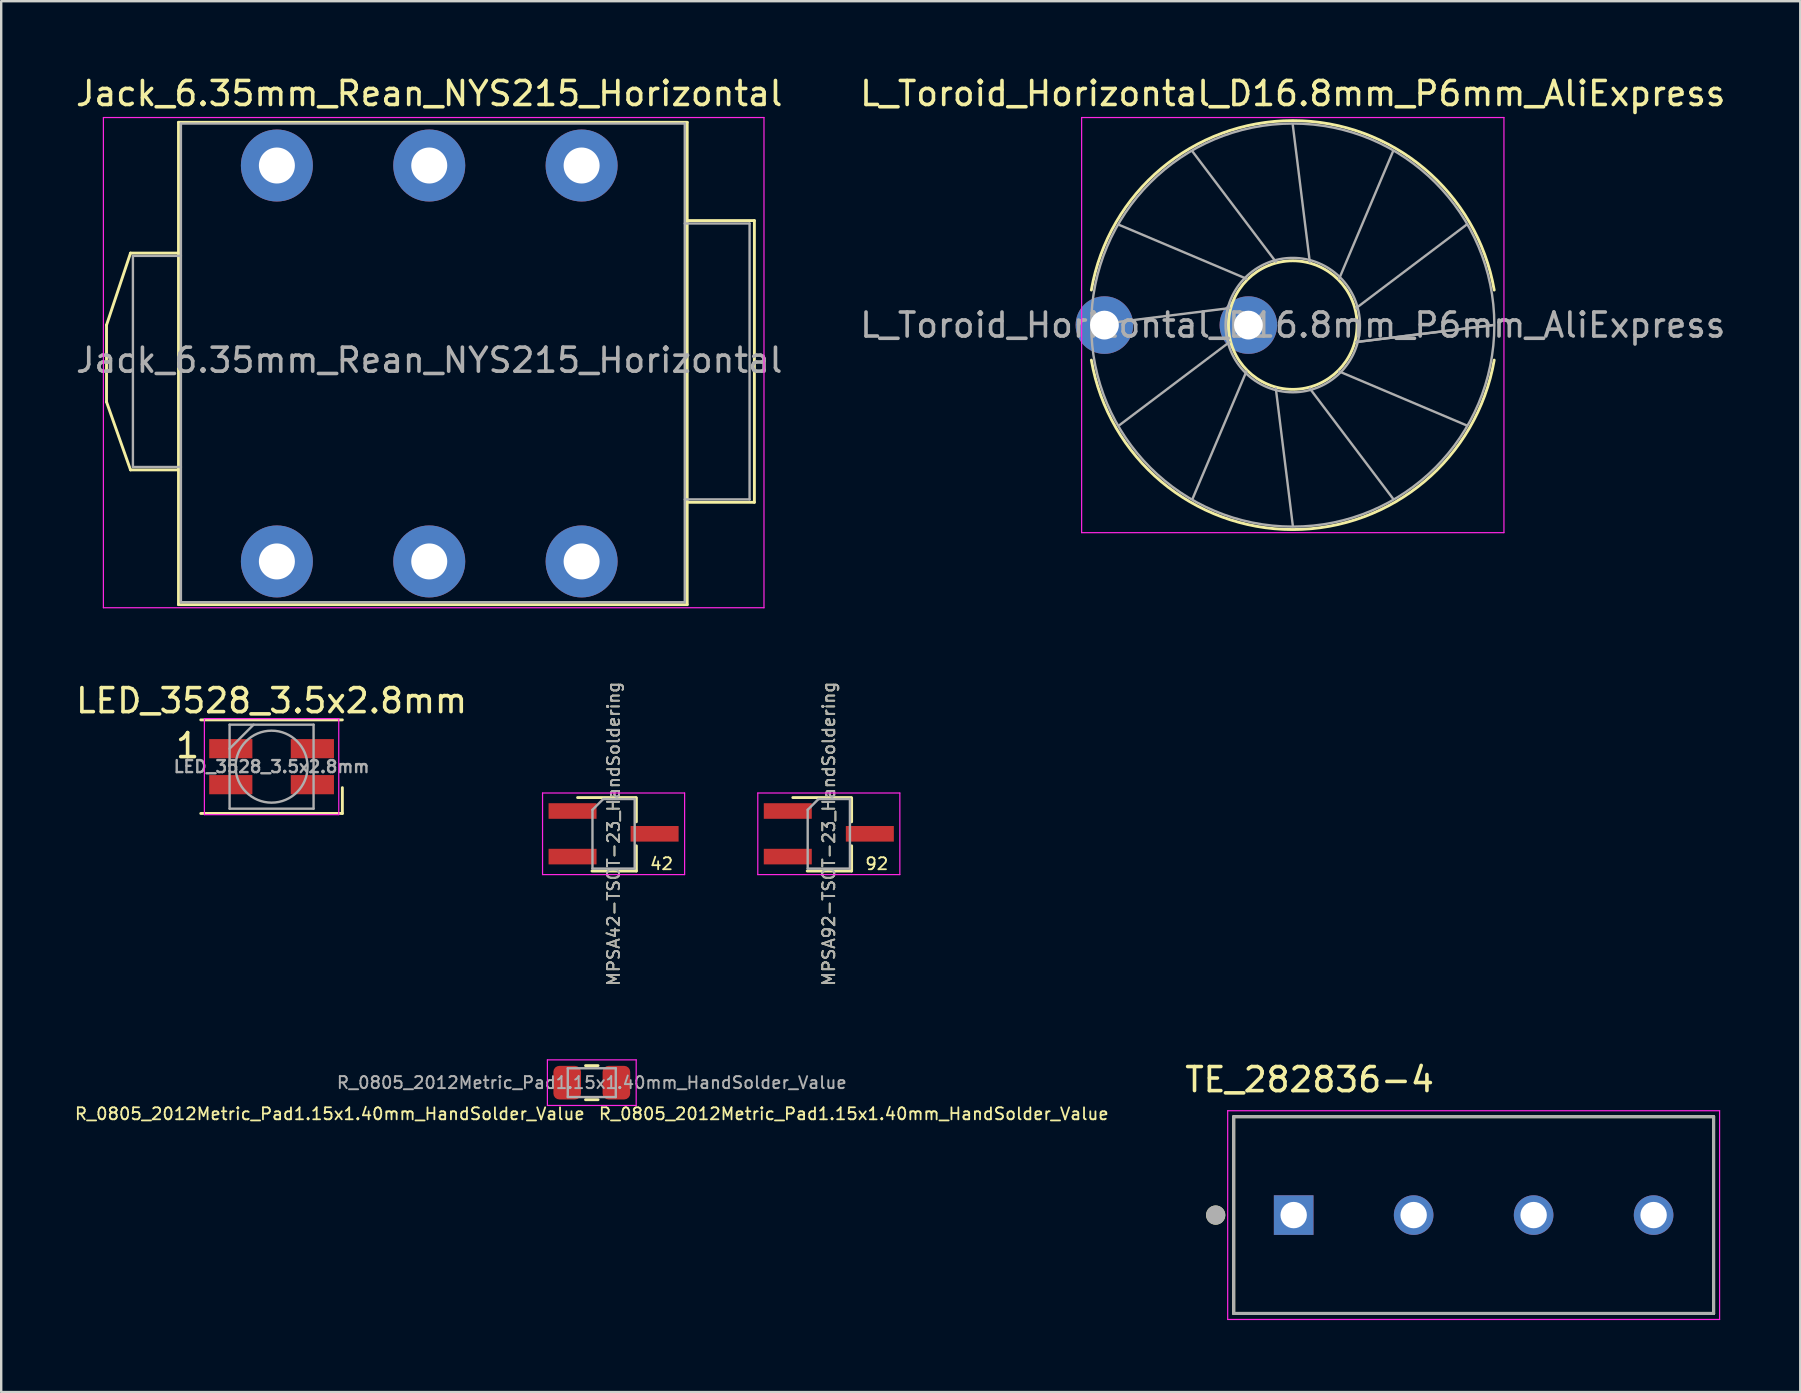
<source format=kicad_pcb>
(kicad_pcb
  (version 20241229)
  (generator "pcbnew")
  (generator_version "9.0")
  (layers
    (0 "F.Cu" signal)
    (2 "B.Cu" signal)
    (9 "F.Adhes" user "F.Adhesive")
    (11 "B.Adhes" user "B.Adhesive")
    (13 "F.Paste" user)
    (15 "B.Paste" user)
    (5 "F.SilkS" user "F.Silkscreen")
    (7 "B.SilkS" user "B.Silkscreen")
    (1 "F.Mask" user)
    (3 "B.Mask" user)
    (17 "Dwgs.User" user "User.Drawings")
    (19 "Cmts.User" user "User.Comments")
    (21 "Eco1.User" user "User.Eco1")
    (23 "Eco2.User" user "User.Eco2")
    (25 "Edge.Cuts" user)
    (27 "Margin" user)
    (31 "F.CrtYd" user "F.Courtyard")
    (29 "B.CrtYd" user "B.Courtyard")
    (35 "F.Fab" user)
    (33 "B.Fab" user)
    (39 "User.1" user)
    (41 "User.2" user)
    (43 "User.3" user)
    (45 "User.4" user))
  (footprint "MPSA42-TSOT-23_HandSoldering"
    (layer "F.Cu")
    (at 22.521 31.699)
    (property "Reference" "MPSA42-TSOT-23_HandSoldering" (at 0 0 90) (layer "F.SilkS") (effects (font (size 0.5 0.5) (thickness 0.075))))
    (attr smd)
    (fp_line (start 0.93 -1.51) (end -1.5 -1.51) (stroke (width 0.12) (type solid)) (layer "F.SilkS"))
    (fp_line (start 0.95 -1.5) (end 0.95 -0.5) (stroke (width 0.12) (type solid)) (layer "F.SilkS"))
    (fp_line (start 0.95 0.5) (end 0.95 1.55) (stroke (width 0.12) (type solid)) (layer "F.SilkS"))
    (fp_line (start 0.95 1.55) (end -0.9 1.55) (stroke (width 0.12) (type solid)) (layer "F.SilkS"))
    (fp_line (start -2.96 -1.7) (end -2.96 1.7) (stroke (width 0.05) (type solid)) (layer "F.CrtYd"))
    (fp_line (start -2.96 -1.7) (end 2.96 -1.7) (stroke (width 0.05) (type solid)) (layer "F.CrtYd"))
    (fp_line (start 2.96 1.7) (end -2.96 1.7) (stroke (width 0.05) (type solid)) (layer "F.CrtYd"))
    (fp_line (start 2.96 1.7) (end 2.96 -1.7) (stroke (width 0.05) (type solid)) (layer "F.CrtYd"))
    (fp_line (start -0.88 -1) (end -0.88 1.45) (stroke (width 0.1) (type solid)) (layer "F.Fab"))
    (fp_line (start -0.88 -1) (end -0.43 -1.45) (stroke (width 0.1) (type solid)) (layer "F.Fab"))
    (fp_line (start 0.88 -1.45) (end -0.43 -1.45) (stroke (width 0.1) (type solid)) (layer "F.Fab"))
    (fp_line (start 0.88 -1.45) (end 0.88 1.45) (stroke (width 0.1) (type solid)) (layer "F.Fab"))
    (fp_line (start 0.88 1.45) (end -0.88 1.45) (stroke (width 0.1) (type solid)) (layer "F.Fab"))
    (fp_text user "42" (at 2 1.25 0) (layer "F.SilkS") (effects (font (size 0.5 0.5) (thickness 0.075))))
    (fp_text user "${REFERENCE}" (at 0 0 90) (layer "F.Fab") (effects (font (size 0.5 0.5) (thickness 0.075))))
    (pad "1" smd rect (at -1.71 -0.95) (size 2 0.65) (layers "F.Cu" "F.Mask" "F.Paste"))
    (pad "2" smd rect (at -1.71 0.95) (size 2 0.65) (layers "F.Cu" "F.Mask" "F.Paste"))
    (pad "3" smd rect (at 1.71 0) (size 2 0.65) (layers "F.Cu" "F.Mask" "F.Paste")))
  (footprint "TE_282836-4"
    (layer "F.Cu")
    (at 58.364 47.589)
    (property "Reference" "TE_282836-4" (at -6.837 -5.645 0) (layer "F.SilkS") (effects (font (size 1.002 1.002) (thickness 0.15))))
    (attr through_hole)
    (fp_line (start -10 -4.1) (end -10 4.1) (stroke (width 0.127) (type solid)) (layer "F.SilkS"))
    (fp_line (start -10 4.1) (end 10 4.1) (stroke (width 0.127) (type solid)) (layer "F.SilkS"))
    (fp_line (start 10 -4.1) (end -10 -4.1) (stroke (width 0.127) (type solid)) (layer "F.SilkS"))
    (fp_line (start 10 4.1) (end 10 -4.1) (stroke (width 0.127) (type solid)) (layer "F.SilkS"))
    (fp_circle (center -10.75 0) (end -10.55 0) (stroke (width 0.4) (type solid)) (fill no) (layer "F.SilkS"))
    (fp_line (start -10.25 -4.35) (end 10.25 -4.35) (stroke (width 0.05) (type solid)) (layer "F.CrtYd"))
    (fp_line (start -10.25 4.35) (end -10.25 -4.35) (stroke (width 0.05) (type solid)) (layer "F.CrtYd"))
    (fp_line (start 10.25 -4.35) (end 10.25 4.35) (stroke (width 0.05) (type solid)) (layer "F.CrtYd"))
    (fp_line (start 10.25 4.35) (end -10.25 4.35) (stroke (width 0.05) (type solid)) (layer "F.CrtYd"))
    (fp_line (start -10 -4.1) (end -10 4.1) (stroke (width 0.127) (type solid)) (layer "F.Fab"))
    (fp_line (start -10 4.1) (end 10 4.1) (stroke (width 0.127) (type solid)) (layer "F.Fab"))
    (fp_line (start 10 -4.1) (end -10 -4.1) (stroke (width 0.127) (type solid)) (layer "F.Fab"))
    (fp_line (start 10 4.1) (end 10 -4.1) (stroke (width 0.127) (type solid)) (layer "F.Fab"))
    (fp_circle (center -10.75 0) (end -10.55 0) (stroke (width 0.4) (type solid)) (fill no) (layer "F.Fab"))
    (pad "1" thru_hole rect (at -7.5 0) (size 1.65 1.65) (drill 1.1) (layers "*.Cu" "*.Mask"))
    (pad "2" thru_hole circle (at -2.5 0) (size 1.65 1.65) (drill 1.1) (layers "*.Cu" "*.Mask"))
    (pad "3" thru_hole circle (at 2.5 0) (size 1.65 1.65) (drill 1.1) (layers "*.Cu" "*.Mask"))
    (pad "4" thru_hole circle (at 7.5 0) (size 1.65 1.65) (drill 1.1) (layers "*.Cu" "*.Mask")))
  (footprint "L_Toroid_Horizontal_D16.8mm_P6mm_AliExpress"
    (layer "F.Cu")
    (at 43.477 10.498)
    (property "Reference" "L_Toroid_Horizontal_D16.8mm_P6mm_AliExpress" (at 7.35 -9.65 0) (layer "F.SilkS") (effects (font (size 1 1) (thickness 0.15))))
    (attr through_hole)
    (fp_arc (start -1.043974 -1.46) (mid 7.35 -8.52) (end 15.743974 -1.46) (stroke (width 0.12) (type solid)) (layer "F.SilkS"))
    (fp_arc (start 15.743974 1.46) (mid 7.35 8.52) (end -1.043974 1.46) (stroke (width 0.12) (type solid)) (layer "F.SilkS"))
    (fp_circle (center 7.35 0) (end 10.03 0) (stroke (width 0.12) (type solid)) (fill no) (layer "F.SilkS"))
    (fp_line (start -1.45 -8.65) (end -1.45 8.65) (stroke (width 0.05) (type solid)) (layer "F.CrtYd"))
    (fp_line (start -1.45 8.65) (end 16.15 8.65) (stroke (width 0.05) (type solid)) (layer "F.CrtYd"))
    (fp_line (start 16.15 -8.65) (end -1.45 -8.65) (stroke (width 0.05) (type solid)) (layer "F.CrtYd"))
    (fp_line (start 16.15 8.65) (end 16.15 -8.65) (stroke (width 0.05) (type solid)) (layer "F.CrtYd"))
    (fp_line (start -1 0.001) (end 4.709 -0.707) (stroke (width 0.1) (type solid)) (layer "F.Fab"))
    (fp_line (start 0.119 -4.174) (end 5.417 -1.933) (stroke (width 0.1) (type solid)) (layer "F.Fab"))
    (fp_line (start 0.119 4.175) (end 4.71 0.708) (stroke (width 0.1) (type solid)) (layer "F.Fab"))
    (fp_line (start 3.174 -7.23) (end 6.642 -2.64) (stroke (width 0.1) (type solid)) (layer "F.Fab"))
    (fp_line (start 3.176 7.231) (end 5.417 1.933) (stroke (width 0.1) (type solid)) (layer "F.Fab"))
    (fp_line (start 7.349 -8.35) (end 8.057 -2.641) (stroke (width 0.1) (type solid)) (layer "F.Fab"))
    (fp_line (start 7.35 8.35) (end 6.643 2.64) (stroke (width 0.1) (type solid)) (layer "F.Fab"))
    (fp_line (start 11.524 -7.232) (end 9.283 -1.933) (stroke (width 0.1) (type solid)) (layer "F.Fab"))
    (fp_line (start 11.525 7.231) (end 8.058 2.64) (stroke (width 0.1) (type solid)) (layer "F.Fab"))
    (fp_line (start 14.58 -4.176) (end 9.99 -0.708) (stroke (width 0.1) (type solid)) (layer "F.Fab"))
    (fp_line (start 14.581 4.175) (end 9.283 1.933) (stroke (width 0.1) (type solid)) (layer "F.Fab"))
    (fp_line (start 15.7 -0.002) (end 9.991 0.707) (stroke (width 0.1) (type solid)) (layer "F.Fab"))
    (fp_line (start 15.7 0) (end 9.99 0.707) (stroke (width 0.1) (type solid)) (layer "F.Fab"))
    (fp_circle (center 7.35 0) (end 10.15 0) (stroke (width 0.1) (type solid)) (fill no) (layer "F.Fab"))
    (fp_circle (center 7.35 0) (end 15.75 0) (stroke (width 0.1) (type solid)) (fill no) (layer "F.Fab"))
    (fp_text user "${REFERENCE}" (at 7.35 0 0) (layer "F.Fab") (effects (font (size 1 1) (thickness 0.15))))
    (pad "1" thru_hole circle (at -0.5 0) (size 2.4 2.4) (drill 1.2) (layers "*.Cu" "*.Mask"))
    (pad "2" thru_hole circle (at 5.5 0) (size 2.4 2.4) (drill 1.2) (layers "*.Cu" "*.Mask")))
  (footprint "Jack_6.35mm_Rean_NYS215_Horizontal"
    (layer "F.Cu")
    (at 8.489 3.848)
    (property "Reference" "Jack_6.35mm_Rean_NYS215_Horizontal" (at 6.35 -3 0) (layer "F.SilkS") (effects (font (size 1 1) (thickness 0.15))))
    (attr through_hole)
    (fp_line (start -7.1 6.65) (end -6.1 3.65) (stroke (width 0.12) (type solid)) (layer "F.SilkS"))
    (fp_line (start -7.1 9.85) (end -7.1 6.65) (stroke (width 0.12) (type solid)) (layer "F.SilkS"))
    (fp_line (start -6.1 3.65) (end -4.1 3.65) (stroke (width 0.12) (type solid)) (layer "F.SilkS"))
    (fp_line (start -6.1 12.685) (end -7.1 9.85) (stroke (width 0.12) (type solid)) (layer "F.SilkS"))
    (fp_line (start -6.1 12.685) (end -4.1 12.685) (stroke (width 0.12) (type solid)) (layer "F.SilkS"))
    (fp_line (start -4.1 -1.8) (end 17.1 -1.8) (stroke (width 0.12) (type solid)) (layer "F.SilkS"))
    (fp_line (start -4.1 18.3) (end -4.1 -1.8) (stroke (width 0.12) (type solid)) (layer "F.SilkS"))
    (fp_line (start 17.1 18.3) (end -4.1 18.3) (stroke (width 0.12) (type solid)) (layer "F.SilkS"))
    (fp_line (start 17.1 18.3) (end 17.1 -1.8) (stroke (width 0.12) (type solid)) (layer "F.SilkS"))
    (fp_line (start 17.125 2.295) (end 19.9 2.295) (stroke (width 0.12) (type solid)) (layer "F.SilkS"))
    (fp_line (start 17.125 14.035) (end 19.9 14.035) (stroke (width 0.12) (type solid)) (layer "F.SilkS"))
    (fp_line (start 19.9 14.035) (end 19.9 2.295) (stroke (width 0.12) (type solid)) (layer "F.SilkS"))
    (fp_line (start -7.23 18.43) (end -7.23 -2) (stroke (width 0.05) (type solid)) (layer "F.CrtYd"))
    (fp_line (start -7.23 18.43) (end 20.3 18.43) (stroke (width 0.05) (type solid)) (layer "F.CrtYd"))
    (fp_line (start 20.3 -2) (end -7.23 -2) (stroke (width 0.05) (type solid)) (layer "F.CrtYd"))
    (fp_line (start 20.3 18.43) (end 20.3 -2) (stroke (width 0.05) (type solid)) (layer "F.CrtYd"))
    (fp_line (start -6 3.765) (end -4 3.765) (stroke (width 0.1) (type solid)) (layer "F.Fab"))
    (fp_line (start -6 12.565) (end -6 3.765) (stroke (width 0.1) (type solid)) (layer "F.Fab"))
    (fp_line (start -6 12.565) (end -4 12.565) (stroke (width 0.1) (type solid)) (layer "F.Fab"))
    (fp_line (start -4 18.2) (end -4 -1.75) (stroke (width 0.1) (type solid)) (layer "F.Fab"))
    (fp_line (start 17 -1.75) (end -4 -1.75) (stroke (width 0.1) (type solid)) (layer "F.Fab"))
    (fp_line (start 17 18.2) (end -4 18.2) (stroke (width 0.1) (type solid)) (layer "F.Fab"))
    (fp_line (start 17 18.2) (end 17 -1.75) (stroke (width 0.1) (type solid)) (layer "F.Fab"))
    (fp_line (start 19.7 2.415) (end 17 2.415) (stroke (width 0.1) (type solid)) (layer "F.Fab"))
    (fp_line (start 19.7 13.915) (end 17 13.915) (stroke (width 0.1) (type solid)) (layer "F.Fab"))
    (fp_line (start 19.7 13.915) (end 19.7 2.415) (stroke (width 0.1) (type solid)) (layer "F.Fab"))
    (fp_text user "${REFERENCE}" (at 6.35 8.115 0) (layer "F.Fab") (effects (font (size 1 1) (thickness 0.15))))
    (pad "R" thru_hole circle (at 6.35 0) (size 3 3) (drill 1.5) (layers "*.Cu" "*.Mask"))
    (pad "RN" thru_hole circle (at 6.35 16.5) (size 3 3) (drill 1.5) (layers "*.Cu" "*.Mask"))
    (pad "S" thru_hole circle (at 12.7 0) (size 3 3) (drill 1.5) (layers "*.Cu" "*.Mask"))
    (pad "SN" thru_hole circle (at 12.7 16.5) (size 3 3) (drill 1.5) (layers "*.Cu" "*.Mask"))
    (pad "T" thru_hole circle (at 0 0) (size 3 3) (drill 1.5) (layers "*.Cu" "*.Mask"))
    (pad "TN" thru_hole circle (at 0 16.5) (size 3 3) (drill 1.5) (layers "*.Cu" "*.Mask")))
  (footprint "MPSA92-TSOT-23_HandSoldering"
    (layer "F.Cu")
    (at 31.491 31.699)
    (property "Reference" "MPSA92-TSOT-23_HandSoldering" (at 0 0 90) (layer "F.SilkS") (effects (font (size 0.5 0.5) (thickness 0.075))))
    (attr smd)
    (fp_line (start 0.93 -1.51) (end -1.5 -1.51) (stroke (width 0.12) (type solid)) (layer "F.SilkS"))
    (fp_line (start 0.95 -1.5) (end 0.95 -0.5) (stroke (width 0.12) (type solid)) (layer "F.SilkS"))
    (fp_line (start 0.95 0.5) (end 0.95 1.55) (stroke (width 0.12) (type solid)) (layer "F.SilkS"))
    (fp_line (start 0.95 1.55) (end -0.9 1.55) (stroke (width 0.12) (type solid)) (layer "F.SilkS"))
    (fp_line (start -2.96 -1.7) (end -2.96 1.7) (stroke (width 0.05) (type solid)) (layer "F.CrtYd"))
    (fp_line (start -2.96 -1.7) (end 2.96 -1.7) (stroke (width 0.05) (type solid)) (layer "F.CrtYd"))
    (fp_line (start 2.96 1.7) (end -2.96 1.7) (stroke (width 0.05) (type solid)) (layer "F.CrtYd"))
    (fp_line (start 2.96 1.7) (end 2.96 -1.7) (stroke (width 0.05) (type solid)) (layer "F.CrtYd"))
    (fp_line (start -0.88 -1) (end -0.88 1.45) (stroke (width 0.1) (type solid)) (layer "F.Fab"))
    (fp_line (start -0.88 -1) (end -0.43 -1.45) (stroke (width 0.1) (type solid)) (layer "F.Fab"))
    (fp_line (start 0.88 -1.45) (end -0.43 -1.45) (stroke (width 0.1) (type solid)) (layer "F.Fab"))
    (fp_line (start 0.88 -1.45) (end 0.88 1.45) (stroke (width 0.1) (type solid)) (layer "F.Fab"))
    (fp_line (start 0.88 1.45) (end -0.88 1.45) (stroke (width 0.1) (type solid)) (layer "F.Fab"))
    (fp_text user "92" (at 2 1.25 0) (layer "F.SilkS") (effects (font (size 0.5 0.5) (thickness 0.075))))
    (fp_text user "${REFERENCE}" (at 0 0 90) (layer "F.Fab") (effects (font (size 0.5 0.5) (thickness 0.075))))
    (pad "1" smd rect (at -1.71 -0.95) (size 2 0.65) (layers "F.Cu" "F.Mask" "F.Paste"))
    (pad "2" smd rect (at -1.71 0.95) (size 2 0.65) (layers "F.Cu" "F.Mask" "F.Paste"))
    (pad "3" smd rect (at 1.71 0) (size 2 0.65) (layers "F.Cu" "F.Mask" "F.Paste")))
  (footprint "LED_3528_3.5x2.8mm"
    (layer "F.Cu")
    (at 8.268 28.901)
    (property "Reference" "LED_3528_3.5x2.8mm" (at 0 -2.75 0) (layer "F.SilkS") (effects (font (size 1 1) (thickness 0.15))))
    (attr smd)
    (fp_line (start -2.95 -1.95) (end 2.95 -1.95) (stroke (width 0.12) (type solid)) (layer "F.SilkS"))
    (fp_line (start -2.95 1.95) (end 2.95 1.95) (stroke (width 0.12) (type solid)) (layer "F.SilkS"))
    (fp_line (start 2.95 1.95) (end 2.95 0.875) (stroke (width 0.12) (type solid)) (layer "F.SilkS"))
    (fp_line (start -2.8 -2) (end -2.8 2) (stroke (width 0.05) (type solid)) (layer "F.CrtYd"))
    (fp_line (start -2.8 2) (end 2.8 2) (stroke (width 0.05) (type solid)) (layer "F.CrtYd"))
    (fp_line (start 2.8 -2) (end -2.8 -2) (stroke (width 0.05) (type solid)) (layer "F.CrtYd"))
    (fp_line (start 2.8 2) (end 2.8 -2) (stroke (width 0.05) (type solid)) (layer "F.CrtYd"))
    (fp_line (start -1.75 -1.75) (end -1.75 1.75) (stroke (width 0.1) (type solid)) (layer "F.Fab"))
    (fp_line (start -1.75 -0.75) (end -0.75 -1.75) (stroke (width 0.1) (type solid)) (layer "F.Fab"))
    (fp_line (start -1.75 1.75) (end 1.75 1.75) (stroke (width 0.1) (type solid)) (layer "F.Fab"))
    (fp_line (start 1.75 -1.75) (end -1.75 -1.75) (stroke (width 0.1) (type solid)) (layer "F.Fab"))
    (fp_line (start 1.75 1.75) (end 1.75 -1.75) (stroke (width 0.1) (type solid)) (layer "F.Fab"))
    (fp_circle (center 0 0) (end 0 1.5) (stroke (width 0.1) (type solid)) (fill no) (layer "F.Fab"))
    (fp_text user "1" (at -3.5 -0.875 0) (layer "F.SilkS") (effects (font (size 1 1) (thickness 0.15))))
    (fp_text user "${REFERENCE}" (at 0 0 180) (layer "F.Fab") (effects (font (size 0.5 0.5) (thickness 0.1))))
    (pad "1" smd rect (at -1.7 -0.75 180) (size 1.8 0.8) (layers "F.Cu" "F.Mask" "F.Paste"))
    (pad "2" smd rect (at 1.7 -0.75 180) (size 1.8 0.8) (layers "F.Cu" "F.Mask" "F.Paste"))
    (pad "3" smd rect (at -1.7 0.75 180) (size 1.8 0.8) (layers "F.Cu" "F.Mask" "F.Paste"))
    (pad "4" smd rect (at 1.7 0.75 180) (size 1.8 0.8) (layers "F.Cu" "F.Mask" "F.Paste")))
  (footprint "R_0805_2012Metric_Pad1.15x1.40mm_HandSolder_Value"
    (layer "F.Cu")
    (at 21.613 42.07)
    (property "Reference" "R_0805_2012Metric_Pad1.15x1.40mm_HandSolder_Value" (at -0.25 1.3 0) (layer "F.SilkS") (effects (font (size 0.5 0.5) (thickness 0.075)) (justify right)))
    (property "Value" "R_0805_2012Metric_Pad1.15x1.40mm_HandSolder_Value" (at 0 5 0) (layer "F.Fab") (hide yes) (effects (font (size 1 1) (thickness 0.15))))
    (attr smd)
    (fp_line (start -0.261 -0.71) (end 0.261 -0.71) (stroke (width 0.12) (type solid)) (layer "F.SilkS"))
    (fp_line (start -0.261 0.71) (end 0.261 0.71) (stroke (width 0.12) (type solid)) (layer "F.SilkS"))
    (fp_line (start -1.85 -0.95) (end 1.85 -0.95) (stroke (width 0.05) (type solid)) (layer "F.CrtYd"))
    (fp_line (start -1.85 0.95) (end -1.85 -0.95) (stroke (width 0.05) (type solid)) (layer "F.CrtYd"))
    (fp_line (start 1.85 -0.95) (end 1.85 0.95) (stroke (width 0.05) (type solid)) (layer "F.CrtYd"))
    (fp_line (start 1.85 0.95) (end -1.85 0.95) (stroke (width 0.05) (type solid)) (layer "F.CrtYd"))
    (fp_line (start -1 -0.6) (end 1 -0.6) (stroke (width 0.1) (type solid)) (layer "F.Fab"))
    (fp_line (start -1 0.6) (end -1 -0.6) (stroke (width 0.1) (type solid)) (layer "F.Fab"))
    (fp_line (start 1 -0.6) (end 1 0.6) (stroke (width 0.1) (type solid)) (layer "F.Fab"))
    (fp_line (start 1 0.6) (end -1 0.6) (stroke (width 0.1) (type solid)) (layer "F.Fab"))
    (fp_text user "${VALUE}" (at 0.25 1.3 0) (layer "F.SilkS") (effects (font (size 0.5 0.5) (thickness 0.075)) (justify left)))
    (fp_text user "${REFERENCE}" (at 0 0 0) (layer "F.Fab") (effects (font (size 0.5 0.5) (thickness 0.08))))
    (pad "1" smd roundrect (at -1.025 0) (size 1.15 1.4) (layers "F.Cu" "F.Mask" "F.Paste") (roundrect_rratio 0.217))
    (pad "2" smd roundrect (at 1.025 0) (size 1.15 1.4) (layers "F.Cu" "F.Mask" "F.Paste") (roundrect_rratio 0.217)))
  (gr_rect
    (start -3 -3)
    (end 71.976 54.964)
    (stroke (width 0.1) (type default))
    (fill no)
    (layer "Edge.Cuts")))
</source>
